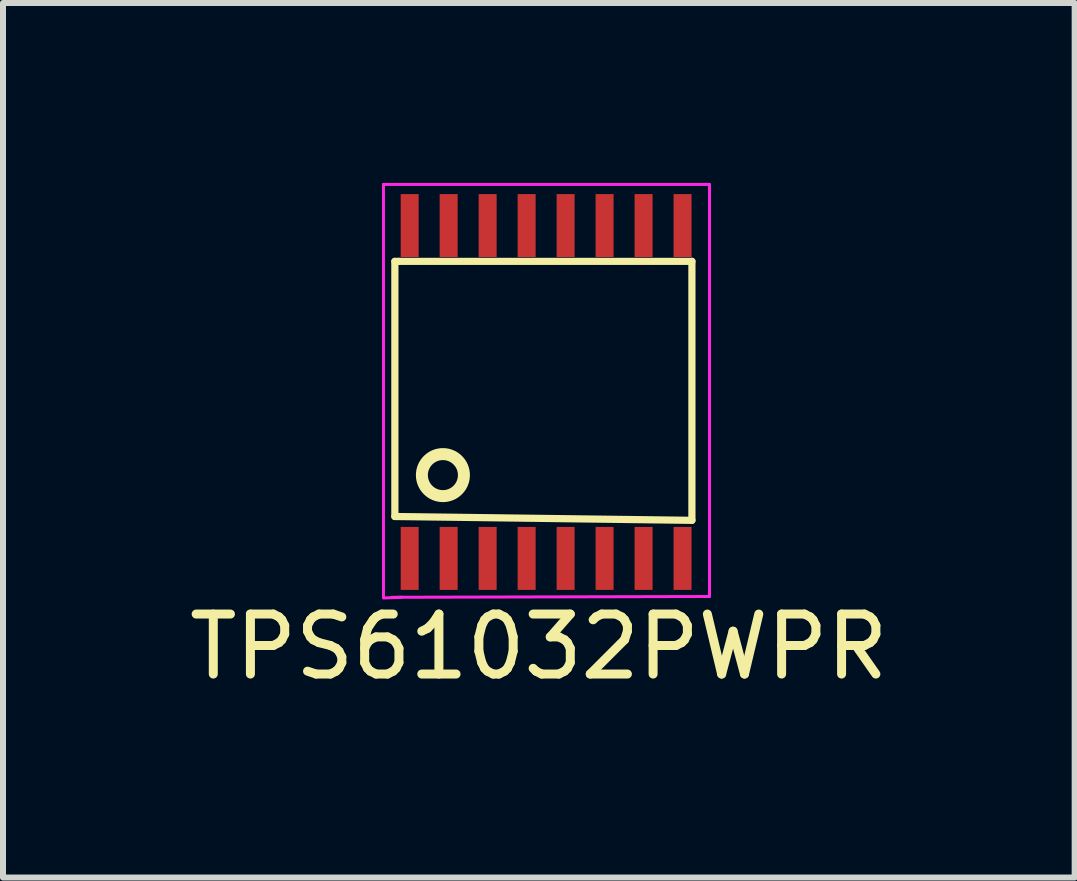
<source format=kicad_pcb>
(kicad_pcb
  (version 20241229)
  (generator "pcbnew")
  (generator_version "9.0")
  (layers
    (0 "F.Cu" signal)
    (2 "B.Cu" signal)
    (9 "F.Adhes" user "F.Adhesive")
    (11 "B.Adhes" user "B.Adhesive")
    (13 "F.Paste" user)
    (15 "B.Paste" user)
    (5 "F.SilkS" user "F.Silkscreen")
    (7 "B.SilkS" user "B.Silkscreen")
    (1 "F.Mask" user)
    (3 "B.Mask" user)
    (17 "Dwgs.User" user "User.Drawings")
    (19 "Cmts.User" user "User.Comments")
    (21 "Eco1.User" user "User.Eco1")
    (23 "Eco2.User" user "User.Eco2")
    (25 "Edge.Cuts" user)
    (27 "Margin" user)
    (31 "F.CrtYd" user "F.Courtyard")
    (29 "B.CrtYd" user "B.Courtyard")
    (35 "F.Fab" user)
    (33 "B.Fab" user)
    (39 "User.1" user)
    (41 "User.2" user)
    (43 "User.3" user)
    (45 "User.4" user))
  (footprint "TPS61032PWPR"
    (layer "F.Cu")
    (at 4.106 6.261)
    (property "Reference" "TPS61032PWPR" (at 1.829 1.473 0) (layer "F.SilkS") (effects (font (size 1 1) (thickness 0.15))))
    (attr smd)
    (fp_line (start -0.572 -4.953) (end -0.508 -4.953) (stroke (width 0.12) (type solid)) (layer "F.SilkS"))
    (fp_line (start -0.572 -0.699) (end -0.572 -4.953) (stroke (width 0.12) (type solid)) (layer "F.SilkS"))
    (fp_line (start -0.508 -4.953) (end 4.381 -4.953) (stroke (width 0.12) (type solid)) (layer "F.SilkS"))
    (fp_line (start 4.381 -4.953) (end 4.381 -0.635) (stroke (width 0.12) (type solid)) (layer "F.SilkS"))
    (fp_line (start 4.381 -0.635) (end -0.572 -0.699) (stroke (width 0.12) (type solid)) (layer "F.SilkS"))
    (fp_circle (center 0.229 -1.389) (end 0.574 -1.45) (stroke (width 0.2) (type solid)) (fill no) (layer "F.SilkS"))
    (fp_line (start -0.762 -6.236) (end 4.674 -6.236) (stroke (width 0.05) (type solid)) (layer "F.CrtYd"))
    (fp_line (start -0.762 0.648) (end -0.762 -6.236) (stroke (width 0.05) (type solid)) (layer "F.CrtYd"))
    (fp_line (start -0.762 0.66) (end -0.457 0.648) (stroke (width 0.05) (type solid)) (layer "F.CrtYd"))
    (fp_line (start 4.674 -6.236) (end 4.674 0.635) (stroke (width 0.05) (type solid)) (layer "F.CrtYd"))
    (fp_line (start 4.674 0.635) (end -0.622 0.648) (stroke (width 0.05) (type solid)) (layer "F.CrtYd"))
    (pad "1" smd rect (at -0.325 0) (size 0.3 1.05) (layers "F.Cu" "F.Mask" "F.Paste"))
    (pad "2" smd rect (at 0.325 0) (size 0.3 1.05) (layers "F.Cu" "F.Mask" "F.Paste"))
    (pad "3" smd rect (at 0.975 0) (size 0.3 1.05) (layers "F.Cu" "F.Mask" "F.Paste"))
    (pad "4" smd rect (at 1.625 0) (size 0.3 1.05) (layers "F.Cu" "F.Mask" "F.Paste"))
    (pad "5" smd rect (at 2.275 0) (size 0.3 1.05) (layers "F.Cu" "F.Mask" "F.Paste"))
    (pad "6" smd rect (at 2.925 0) (size 0.3 1.05) (layers "F.Cu" "F.Mask" "F.Paste"))
    (pad "7" smd rect (at 3.575 0) (size 0.3 1.05) (layers "F.Cu" "F.Mask" "F.Paste"))
    (pad "8" smd rect (at 4.225 0) (size 0.3 1.05) (layers "F.Cu" "F.Mask" "F.Paste"))
    (pad "9" smd rect (at 4.225 -5.55) (size 0.3 1.05) (layers "F.Cu" "F.Mask" "F.Paste"))
    (pad "10" smd rect (at 3.575 -5.55) (size 0.3 1.05) (layers "F.Cu" "F.Mask" "F.Paste"))
    (pad "11" smd rect (at 2.925 -5.55) (size 0.3 1.05) (layers "F.Cu" "F.Mask" "F.Paste"))
    (pad "12" smd rect (at 2.275 -5.55) (size 0.3 1.05) (layers "F.Cu" "F.Mask" "F.Paste"))
    (pad "13" smd rect (at 1.625 -5.55) (size 0.3 1.05) (layers "F.Cu" "F.Mask" "F.Paste"))
    (pad "14" smd rect (at 0.975 -5.55) (size 0.3 1.05) (layers "F.Cu" "F.Mask" "F.Paste"))
    (pad "15" smd rect (at 0.325 -5.55) (size 0.3 1.05) (layers "F.Cu" "F.Mask" "F.Paste"))
    (pad "16" smd rect (at -0.325 -5.55) (size 0.3 1.05) (layers "F.Cu" "F.Mask" "F.Paste")))
  (gr_rect
    (start -3 -3)
    (end 14.869 11.582)
    (stroke (width 0.1) (type default))
    (fill no)
    (layer "Edge.Cuts")))
</source>
